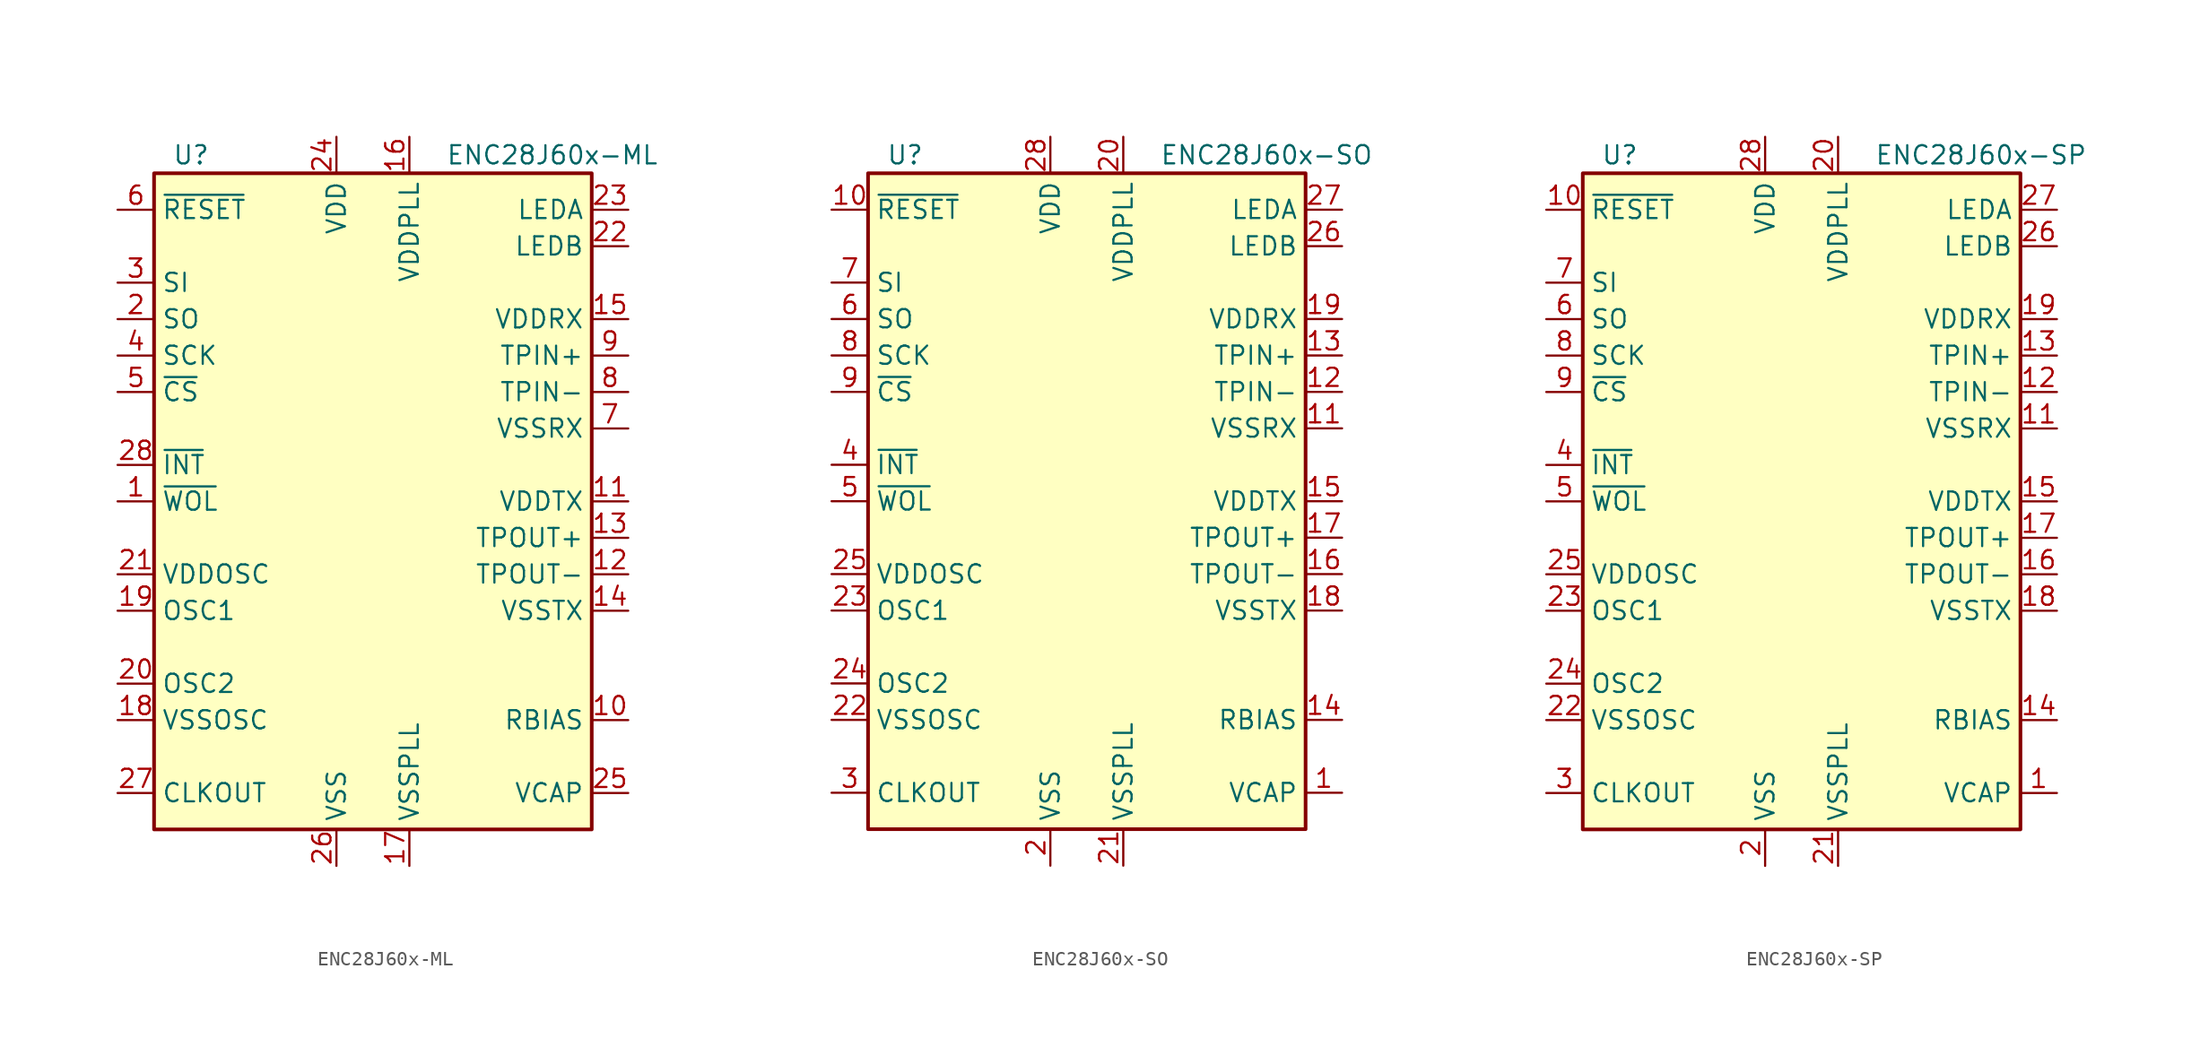
<source format=kicad_sym>
(kicad_symbol_lib
  (version 20241209)
  (generator "kicad_symbol_editor")
  (generator_version "9.0")
  (symbol "ENC28J60x-ML"
    (property "Reference" "U"
      (at -13.97 24.13 0)
      (effects (font (size 1.27 1.27)) (justify left)))
    (property "Value" "ENC28J60x-ML"
      (at 5.08 24.13 0)
      (effects (font (size 1.27 1.27)) (justify left)))
    (symbol "ENC28J60x-ML_0_1"
      (rectangle (start -15.24 22.86) (end 15.24 -22.86) (stroke (width 0.254) (type default)) (fill (type background))))
    (symbol "ENC28J60x-ML_1_1"
      (pin input line (at -17.78 20.32 0) (length 2.54) (name "~{RESET}" (effects (font (size 1.27 1.27)))) (number "6" (effects (font (size 1.27 1.27)))))
      (pin input line (at -17.78 15.24 0) (length 2.54) (name "SI" (effects (font (size 1.27 1.27)))) (number "3" (effects (font (size 1.27 1.27)))))
      (pin output line (at -17.78 12.7 0) (length 2.54) (name "SO" (effects (font (size 1.27 1.27)))) (number "2" (effects (font (size 1.27 1.27)))))
      (pin input line (at -17.78 10.16 0) (length 2.54) (name "SCK" (effects (font (size 1.27 1.27)))) (number "4" (effects (font (size 1.27 1.27)))))
      (pin input line (at -17.78 7.62 0) (length 2.54) (name "~{CS}" (effects (font (size 1.27 1.27)))) (number "5" (effects (font (size 1.27 1.27)))))
      (pin output line (at -17.78 2.54 0) (length 2.54) (name "~{INT}" (effects (font (size 1.27 1.27)))) (number "28" (effects (font (size 1.27 1.27)))))
      (pin output line (at -17.78 0 0) (length 2.54) (name "~{WOL}" (effects (font (size 1.27 1.27)))) (number "1" (effects (font (size 1.27 1.27)))))
      (pin power_in line (at -17.78 -5.08 0) (length 2.54) (name "VDDOSC" (effects (font (size 1.27 1.27)))) (number "21" (effects (font (size 1.27 1.27)))))
      (pin input line (at -17.78 -7.62 0) (length 2.54) (name "OSC1" (effects (font (size 1.27 1.27)))) (number "19" (effects (font (size 1.27 1.27)))))
      (pin output line (at -17.78 -12.7 0) (length 2.54) (name "OSC2" (effects (font (size 1.27 1.27)))) (number "20" (effects (font (size 1.27 1.27)))))
      (pin power_in line (at -17.78 -15.24 0) (length 2.54) (name "VSSOSC" (effects (font (size 1.27 1.27)))) (number "18" (effects (font (size 1.27 1.27)))))
      (pin output line (at -17.78 -20.32 0) (length 2.54) (name "CLKOUT" (effects (font (size 1.27 1.27)))) (number "27" (effects (font (size 1.27 1.27)))))
      (pin power_in line (at -2.54 25.4 270) (length 2.54) (name "VDD" (effects (font (size 1.27 1.27)))) (number "24" (effects (font (size 1.27 1.27)))))
      (pin power_in line (at -2.54 -25.4 90) (length 2.54) (name "VSS" (effects (font (size 1.27 1.27)))) (number "26" (effects (font (size 1.27 1.27)))))
      (pin power_in line (at 2.54 25.4 270) (length 2.54) (name "VDDPLL" (effects (font (size 1.27 1.27)))) (number "16" (effects (font (size 1.27 1.27)))))
      (pin power_in line (at 2.54 -25.4 90) (length 2.54) (name "VSSPLL" (effects (font (size 1.27 1.27)))) (number "17" (effects (font (size 1.27 1.27)))))
      (pin output line (at 17.78 20.32 180) (length 2.54) (name "LEDA" (effects (font (size 1.27 1.27)))) (number "23" (effects (font (size 1.27 1.27)))))
      (pin output line (at 17.78 17.78 180) (length 2.54) (name "LEDB" (effects (font (size 1.27 1.27)))) (number "22" (effects (font (size 1.27 1.27)))))
      (pin power_in line (at 17.78 12.7 180) (length 2.54) (name "VDDRX" (effects (font (size 1.27 1.27)))) (number "15" (effects (font (size 1.27 1.27)))))
      (pin input line (at 17.78 10.16 180) (length 2.54) (name "TPIN+" (effects (font (size 1.27 1.27)))) (number "9" (effects (font (size 1.27 1.27)))))
      (pin input line (at 17.78 7.62 180) (length 2.54) (name "TPIN-" (effects (font (size 1.27 1.27)))) (number "8" (effects (font (size 1.27 1.27)))))
      (pin power_out line (at 17.78 5.08 180) (length 2.54) (name "VSSRX" (effects (font (size 1.27 1.27)))) (number "7" (effects (font (size 1.27 1.27)))))
      (pin power_in line (at 17.78 0 180) (length 2.54) (name "VDDTX" (effects (font (size 1.27 1.27)))) (number "11" (effects (font (size 1.27 1.27)))))
      (pin output line (at 17.78 -2.54 180) (length 2.54) (name "TPOUT+" (effects (font (size 1.27 1.27)))) (number "13" (effects (font (size 1.27 1.27)))))
      (pin output line (at 17.78 -5.08 180) (length 2.54) (name "TPOUT-" (effects (font (size 1.27 1.27)))) (number "12" (effects (font (size 1.27 1.27)))))
      (pin power_out line (at 17.78 -7.62 180) (length 2.54) (name "VSSTX" (effects (font (size 1.27 1.27)))) (number "14" (effects (font (size 1.27 1.27)))))
      (pin input line (at 17.78 -15.24 180) (length 2.54) (name "RBIAS" (effects (font (size 1.27 1.27)))) (number "10" (effects (font (size 1.27 1.27)))))
      (pin input line (at 17.78 -20.32 180) (length 2.54) (name "VCAP" (effects (font (size 1.27 1.27)))) (number "25" (effects (font (size 1.27 1.27)))))))
  (symbol "ENC28J60x-SO"
    (property "Reference" "U"
      (at -13.97 24.13 0)
      (effects (font (size 1.27 1.27)) (justify left)))
    (property "Value" "ENC28J60x-SO"
      (at 5.08 24.13 0)
      (effects (font (size 1.27 1.27)) (justify left)))
    (symbol "ENC28J60x-SO_0_1"
      (rectangle (start -15.24 22.86) (end 15.24 -22.86) (stroke (width 0.254) (type default)) (fill (type background))))
    (symbol "ENC28J60x-SO_1_1"
      (pin input line (at -17.78 20.32 0) (length 2.54) (name "~{RESET}" (effects (font (size 1.27 1.27)))) (number "10" (effects (font (size 1.27 1.27)))))
      (pin input line (at -17.78 15.24 0) (length 2.54) (name "SI" (effects (font (size 1.27 1.27)))) (number "7" (effects (font (size 1.27 1.27)))))
      (pin output line (at -17.78 12.7 0) (length 2.54) (name "SO" (effects (font (size 1.27 1.27)))) (number "6" (effects (font (size 1.27 1.27)))))
      (pin input line (at -17.78 10.16 0) (length 2.54) (name "SCK" (effects (font (size 1.27 1.27)))) (number "8" (effects (font (size 1.27 1.27)))))
      (pin input line (at -17.78 7.62 0) (length 2.54) (name "~{CS}" (effects (font (size 1.27 1.27)))) (number "9" (effects (font (size 1.27 1.27)))))
      (pin output line (at -17.78 2.54 0) (length 2.54) (name "~{INT}" (effects (font (size 1.27 1.27)))) (number "4" (effects (font (size 1.27 1.27)))))
      (pin output line (at -17.78 0 0) (length 2.54) (name "~{WOL}" (effects (font (size 1.27 1.27)))) (number "5" (effects (font (size 1.27 1.27)))))
      (pin power_in line (at -17.78 -5.08 0) (length 2.54) (name "VDDOSC" (effects (font (size 1.27 1.27)))) (number "25" (effects (font (size 1.27 1.27)))))
      (pin input line (at -17.78 -7.62 0) (length 2.54) (name "OSC1" (effects (font (size 1.27 1.27)))) (number "23" (effects (font (size 1.27 1.27)))))
      (pin input line (at -17.78 -12.7 0) (length 2.54) (name "OSC2" (effects (font (size 1.27 1.27)))) (number "24" (effects (font (size 1.27 1.27)))))
      (pin power_in line (at -17.78 -15.24 0) (length 2.54) (name "VSSOSC" (effects (font (size 1.27 1.27)))) (number "22" (effects (font (size 1.27 1.27)))))
      (pin output line (at -17.78 -20.32 0) (length 2.54) (name "CLKOUT" (effects (font (size 1.27 1.27)))) (number "3" (effects (font (size 1.27 1.27)))))
      (pin power_in line (at -2.54 25.4 270) (length 2.54) (name "VDD" (effects (font (size 1.27 1.27)))) (number "28" (effects (font (size 1.27 1.27)))))
      (pin power_in line (at -2.54 -25.4 90) (length 2.54) (name "VSS" (effects (font (size 1.27 1.27)))) (number "2" (effects (font (size 1.27 1.27)))))
      (pin power_in line (at 2.54 25.4 270) (length 2.54) (name "VDDPLL" (effects (font (size 1.27 1.27)))) (number "20" (effects (font (size 1.27 1.27)))))
      (pin power_in line (at 2.54 -25.4 90) (length 2.54) (name "VSSPLL" (effects (font (size 1.27 1.27)))) (number "21" (effects (font (size 1.27 1.27)))))
      (pin output line (at 17.78 20.32 180) (length 2.54) (name "LEDA" (effects (font (size 1.27 1.27)))) (number "27" (effects (font (size 1.27 1.27)))))
      (pin output line (at 17.78 17.78 180) (length 2.54) (name "LEDB" (effects (font (size 1.27 1.27)))) (number "26" (effects (font (size 1.27 1.27)))))
      (pin power_in line (at 17.78 12.7 180) (length 2.54) (name "VDDRX" (effects (font (size 1.27 1.27)))) (number "19" (effects (font (size 1.27 1.27)))))
      (pin input line (at 17.78 10.16 180) (length 2.54) (name "TPIN+" (effects (font (size 1.27 1.27)))) (number "13" (effects (font (size 1.27 1.27)))))
      (pin input line (at 17.78 7.62 180) (length 2.54) (name "TPIN-" (effects (font (size 1.27 1.27)))) (number "12" (effects (font (size 1.27 1.27)))))
      (pin power_in line (at 17.78 5.08 180) (length 2.54) (name "VSSRX" (effects (font (size 1.27 1.27)))) (number "11" (effects (font (size 1.27 1.27)))))
      (pin power_in line (at 17.78 0 180) (length 2.54) (name "VDDTX" (effects (font (size 1.27 1.27)))) (number "15" (effects (font (size 1.27 1.27)))))
      (pin output line (at 17.78 -2.54 180) (length 2.54) (name "TPOUT+" (effects (font (size 1.27 1.27)))) (number "17" (effects (font (size 1.27 1.27)))))
      (pin output line (at 17.78 -5.08 180) (length 2.54) (name "TPOUT-" (effects (font (size 1.27 1.27)))) (number "16" (effects (font (size 1.27 1.27)))))
      (pin power_in line (at 17.78 -7.62 180) (length 2.54) (name "VSSTX" (effects (font (size 1.27 1.27)))) (number "18" (effects (font (size 1.27 1.27)))))
      (pin input line (at 17.78 -15.24 180) (length 2.54) (name "RBIAS" (effects (font (size 1.27 1.27)))) (number "14" (effects (font (size 1.27 1.27)))))
      (pin input line (at 17.78 -20.32 180) (length 2.54) (name "VCAP" (effects (font (size 1.27 1.27)))) (number "1" (effects (font (size 1.27 1.27)))))))
  (symbol "ENC28J60x-SP"
    (property "Reference" "U"
      (at -13.97 24.13 0)
      (effects (font (size 1.27 1.27)) (justify left)))
    (property "Value" "ENC28J60x-SP"
      (at 5.08 24.13 0)
      (effects (font (size 1.27 1.27)) (justify left)))
    (symbol "ENC28J60x-SP_0_1"
      (rectangle (start -15.24 22.86) (end 15.24 -22.86) (stroke (width 0.254) (type default)) (fill (type background))))
    (symbol "ENC28J60x-SP_1_1"
      (pin input line (at -17.78 20.32 0) (length 2.54) (name "~{RESET}" (effects (font (size 1.27 1.27)))) (number "10" (effects (font (size 1.27 1.27)))))
      (pin input line (at -17.78 15.24 0) (length 2.54) (name "SI" (effects (font (size 1.27 1.27)))) (number "7" (effects (font (size 1.27 1.27)))))
      (pin output line (at -17.78 12.7 0) (length 2.54) (name "SO" (effects (font (size 1.27 1.27)))) (number "6" (effects (font (size 1.27 1.27)))))
      (pin input line (at -17.78 10.16 0) (length 2.54) (name "SCK" (effects (font (size 1.27 1.27)))) (number "8" (effects (font (size 1.27 1.27)))))
      (pin input line (at -17.78 7.62 0) (length 2.54) (name "~{CS}" (effects (font (size 1.27 1.27)))) (number "9" (effects (font (size 1.27 1.27)))))
      (pin output line (at -17.78 2.54 0) (length 2.54) (name "~{INT}" (effects (font (size 1.27 1.27)))) (number "4" (effects (font (size 1.27 1.27)))))
      (pin output line (at -17.78 0 0) (length 2.54) (name "~{WOL}" (effects (font (size 1.27 1.27)))) (number "5" (effects (font (size 1.27 1.27)))))
      (pin power_in line (at -17.78 -5.08 0) (length 2.54) (name "VDDOSC" (effects (font (size 1.27 1.27)))) (number "25" (effects (font (size 1.27 1.27)))))
      (pin input line (at -17.78 -7.62 0) (length 2.54) (name "OSC1" (effects (font (size 1.27 1.27)))) (number "23" (effects (font (size 1.27 1.27)))))
      (pin input line (at -17.78 -12.7 0) (length 2.54) (name "OSC2" (effects (font (size 1.27 1.27)))) (number "24" (effects (font (size 1.27 1.27)))))
      (pin power_in line (at -17.78 -15.24 0) (length 2.54) (name "VSSOSC" (effects (font (size 1.27 1.27)))) (number "22" (effects (font (size 1.27 1.27)))))
      (pin output line (at -17.78 -20.32 0) (length 2.54) (name "CLKOUT" (effects (font (size 1.27 1.27)))) (number "3" (effects (font (size 1.27 1.27)))))
      (pin power_in line (at -2.54 25.4 270) (length 2.54) (name "VDD" (effects (font (size 1.27 1.27)))) (number "28" (effects (font (size 1.27 1.27)))))
      (pin power_in line (at -2.54 -25.4 90) (length 2.54) (name "VSS" (effects (font (size 1.27 1.27)))) (number "2" (effects (font (size 1.27 1.27)))))
      (pin power_in line (at 2.54 25.4 270) (length 2.54) (name "VDDPLL" (effects (font (size 1.27 1.27)))) (number "20" (effects (font (size 1.27 1.27)))))
      (pin power_in line (at 2.54 -25.4 90) (length 2.54) (name "VSSPLL" (effects (font (size 1.27 1.27)))) (number "21" (effects (font (size 1.27 1.27)))))
      (pin output line (at 17.78 20.32 180) (length 2.54) (name "LEDA" (effects (font (size 1.27 1.27)))) (number "27" (effects (font (size 1.27 1.27)))))
      (pin output line (at 17.78 17.78 180) (length 2.54) (name "LEDB" (effects (font (size 1.27 1.27)))) (number "26" (effects (font (size 1.27 1.27)))))
      (pin power_in line (at 17.78 12.7 180) (length 2.54) (name "VDDRX" (effects (font (size 1.27 1.27)))) (number "19" (effects (font (size 1.27 1.27)))))
      (pin input line (at 17.78 10.16 180) (length 2.54) (name "TPIN+" (effects (font (size 1.27 1.27)))) (number "13" (effects (font (size 1.27 1.27)))))
      (pin input line (at 17.78 7.62 180) (length 2.54) (name "TPIN-" (effects (font (size 1.27 1.27)))) (number "12" (effects (font (size 1.27 1.27)))))
      (pin power_in line (at 17.78 5.08 180) (length 2.54) (name "VSSRX" (effects (font (size 1.27 1.27)))) (number "11" (effects (font (size 1.27 1.27)))))
      (pin power_in line (at 17.78 0 180) (length 2.54) (name "VDDTX" (effects (font (size 1.27 1.27)))) (number "15" (effects (font (size 1.27 1.27)))))
      (pin output line (at 17.78 -2.54 180) (length 2.54) (name "TPOUT+" (effects (font (size 1.27 1.27)))) (number "17" (effects (font (size 1.27 1.27)))))
      (pin output line (at 17.78 -5.08 180) (length 2.54) (name "TPOUT-" (effects (font (size 1.27 1.27)))) (number "16" (effects (font (size 1.27 1.27)))))
      (pin power_in line (at 17.78 -7.62 180) (length 2.54) (name "VSSTX" (effects (font (size 1.27 1.27)))) (number "18" (effects (font (size 1.27 1.27)))))
      (pin input line (at 17.78 -15.24 180) (length 2.54) (name "RBIAS" (effects (font (size 1.27 1.27)))) (number "14" (effects (font (size 1.27 1.27)))))
      (pin input line (at 17.78 -20.32 180) (length 2.54) (name "VCAP" (effects (font (size 1.27 1.27)))) (number "1" (effects (font (size 1.27 1.27))))))))
</source>
